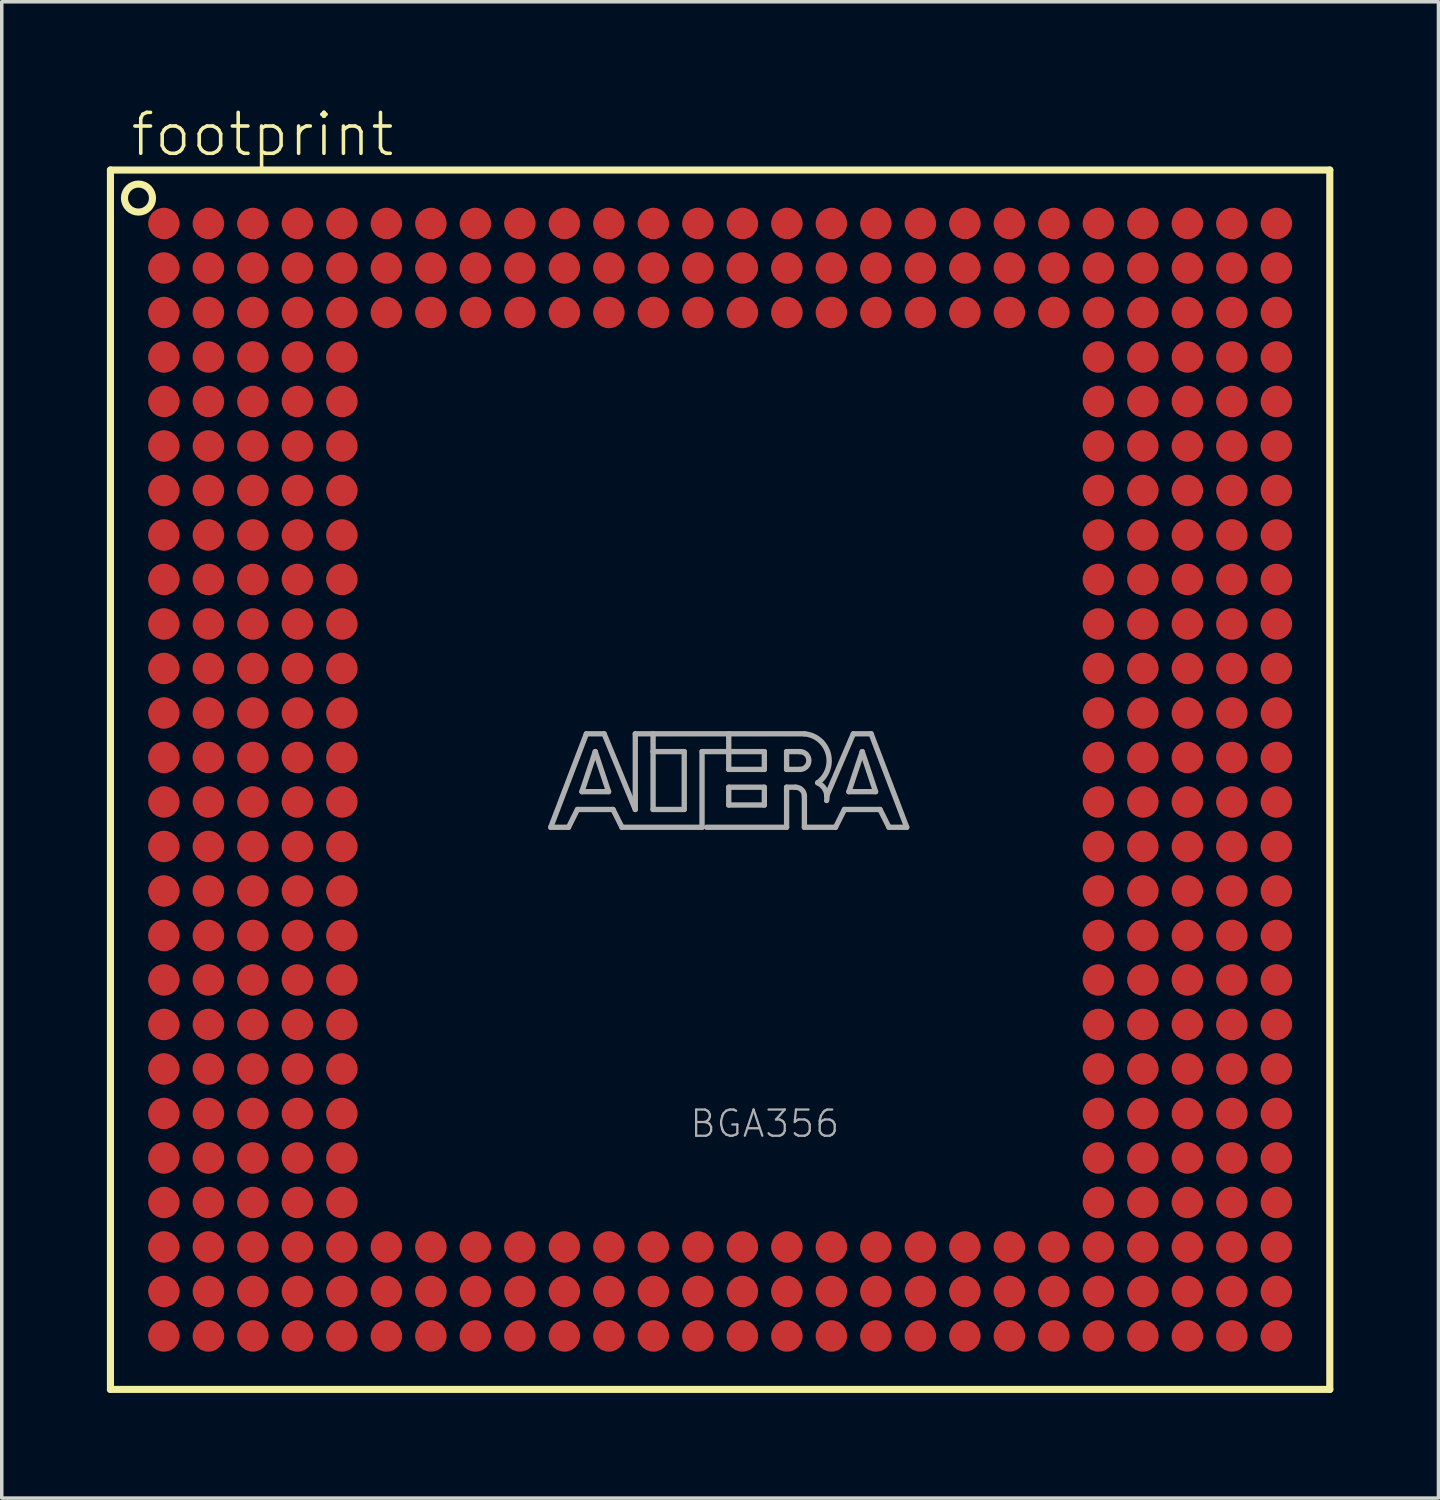
<source format=kicad_pcb>
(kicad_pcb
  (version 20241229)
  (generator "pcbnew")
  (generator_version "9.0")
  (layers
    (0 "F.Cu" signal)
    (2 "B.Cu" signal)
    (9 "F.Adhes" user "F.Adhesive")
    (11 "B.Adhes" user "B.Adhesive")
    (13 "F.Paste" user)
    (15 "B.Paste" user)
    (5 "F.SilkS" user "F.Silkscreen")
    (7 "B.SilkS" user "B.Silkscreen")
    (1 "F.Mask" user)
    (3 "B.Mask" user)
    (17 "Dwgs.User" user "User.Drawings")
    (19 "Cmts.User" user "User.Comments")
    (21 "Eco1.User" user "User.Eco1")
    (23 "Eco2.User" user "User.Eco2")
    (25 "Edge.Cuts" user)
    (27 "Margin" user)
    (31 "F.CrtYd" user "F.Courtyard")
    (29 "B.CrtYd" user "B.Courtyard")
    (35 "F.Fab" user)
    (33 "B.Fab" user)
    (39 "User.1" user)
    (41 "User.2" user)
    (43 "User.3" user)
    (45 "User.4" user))
  (footprint "footprint"
    (layer "F.Cu")
    (at 17.502 19.203)
    (property "Reference" "footprint" (at -16.88 -17.73 0) (layer "F.SilkS") (effects (font (size 1.168 1.168) (thickness 0.102)) (justify left bottom)))
    (fp_line (start -17.4 -17.4) (end -17.4 17.4) (stroke (width 0.203) (type solid)) (layer "F.SilkS"))
    (fp_line (start -17.4 17.4) (end 17.4 17.4) (stroke (width 0.203) (type solid)) (layer "F.SilkS"))
    (fp_line (start 17.4 -17.4) (end -17.4 -17.4) (stroke (width 0.203) (type solid)) (layer "F.SilkS"))
    (fp_line (start 17.4 17.4) (end 17.4 -17.4) (stroke (width 0.203) (type solid)) (layer "F.SilkS"))
    (fp_circle (center -16.6 -16.6) (end -16.2 -16.6) (stroke (width 0.203) (type solid)) (fill no) (layer "F.SilkS"))
    (fp_line (start -4.834 1.357) (end -3.818 -1.31) (stroke (width 0.152) (type solid)) (layer "F.Fab"))
    (fp_line (start -4.326 1.357) (end -4.834 1.357) (stroke (width 0.152) (type solid)) (layer "F.Fab"))
    (fp_line (start -4.072 0.849) (end -4.326 1.357) (stroke (width 0.152) (type solid)) (layer "F.Fab"))
    (fp_line (start -3.945 0.341) (end -3.183 0.341) (stroke (width 0.152) (type solid)) (layer "F.Fab"))
    (fp_line (start -3.818 -1.31) (end -3.31 -1.31) (stroke (width 0.152) (type solid)) (layer "F.Fab"))
    (fp_line (start -3.564 -0.802) (end -3.945 0.341) (stroke (width 0.152) (type solid)) (layer "F.Fab"))
    (fp_line (start -3.31 -1.31) (end -2.421 0.849) (stroke (width 0.152) (type solid)) (layer "F.Fab"))
    (fp_line (start -3.183 0.341) (end -3.564 -0.802) (stroke (width 0.152) (type solid)) (layer "F.Fab"))
    (fp_line (start -3.056 0.849) (end -4.072 0.849) (stroke (width 0.152) (type solid)) (layer "F.Fab"))
    (fp_line (start -2.802 1.357) (end -3.056 0.849) (stroke (width 0.152) (type solid)) (layer "F.Fab"))
    (fp_line (start -2.421 -1.31) (end -1.913 -1.31) (stroke (width 0.152) (type solid)) (layer "F.Fab"))
    (fp_line (start -2.421 0.849) (end -2.421 -1.31) (stroke (width 0.152) (type solid)) (layer "F.Fab"))
    (fp_line (start -1.913 -1.31) (end -1.913 -0.802) (stroke (width 0.152) (type solid)) (layer "F.Fab"))
    (fp_line (start -1.913 -1.31) (end 0.246 -1.31) (stroke (width 0.152) (type solid)) (layer "F.Fab"))
    (fp_line (start -1.913 -0.802) (end -1.913 0.849) (stroke (width 0.152) (type solid)) (layer "F.Fab"))
    (fp_line (start -1.913 0.849) (end -1.024 0.849) (stroke (width 0.152) (type solid)) (layer "F.Fab"))
    (fp_line (start -1.024 -0.802) (end -1.913 -0.802) (stroke (width 0.152) (type solid)) (layer "F.Fab"))
    (fp_line (start -1.024 0.849) (end -1.024 -0.802) (stroke (width 0.152) (type solid)) (layer "F.Fab"))
    (fp_line (start -0.516 -0.802) (end -0.516 1.357) (stroke (width 0.152) (type solid)) (layer "F.Fab"))
    (fp_line (start -0.516 1.357) (end -2.802 1.357) (stroke (width 0.152) (type solid)) (layer "F.Fab"))
    (fp_line (start 0.246 -1.31) (end 0.246 -0.802) (stroke (width 0.152) (type solid)) (layer "F.Fab"))
    (fp_line (start 0.246 -1.31) (end 2.405 -1.31) (stroke (width 0.152) (type solid)) (layer "F.Fab"))
    (fp_line (start 0.246 -0.802) (end -0.516 -0.802) (stroke (width 0.152) (type solid)) (layer "F.Fab"))
    (fp_line (start 0.246 -0.802) (end 0.246 -0.294) (stroke (width 0.152) (type solid)) (layer "F.Fab"))
    (fp_line (start 0.246 -0.294) (end 1.262 -0.294) (stroke (width 0.152) (type solid)) (layer "F.Fab"))
    (fp_line (start 0.246 0.214) (end 1.262 0.214) (stroke (width 0.152) (type solid)) (layer "F.Fab"))
    (fp_line (start 0.246 0.722) (end 0.246 0.214) (stroke (width 0.152) (type solid)) (layer "F.Fab"))
    (fp_line (start 1.262 -0.802) (end 0.246 -0.802) (stroke (width 0.152) (type solid)) (layer "F.Fab"))
    (fp_line (start 1.262 -0.294) (end 1.262 -0.802) (stroke (width 0.152) (type solid)) (layer "F.Fab"))
    (fp_line (start 1.262 0.214) (end 1.262 0.722) (stroke (width 0.152) (type solid)) (layer "F.Fab"))
    (fp_line (start 1.262 0.722) (end 0.246 0.722) (stroke (width 0.152) (type solid)) (layer "F.Fab"))
    (fp_line (start 1.897 -0.802) (end 1.897 -0.294) (stroke (width 0.152) (type solid)) (layer "F.Fab"))
    (fp_line (start 1.897 -0.294) (end 2.278 -0.294) (stroke (width 0.152) (type solid)) (layer "F.Fab"))
    (fp_line (start 1.897 0.214) (end 1.897 1.357) (stroke (width 0.152) (type solid)) (layer "F.Fab"))
    (fp_line (start 1.897 0.214) (end 2.151 0.214) (stroke (width 0.152) (type solid)) (layer "F.Fab"))
    (fp_line (start 1.897 1.357) (end -0.389 1.357) (stroke (width 0.152) (type solid)) (layer "F.Fab"))
    (fp_line (start 2.278 -0.802) (end 1.897 -0.802) (stroke (width 0.152) (type solid)) (layer "F.Fab"))
    (fp_line (start 2.405 0.468) (end 2.405 1.357) (stroke (width 0.152) (type solid)) (layer "F.Fab"))
    (fp_line (start 2.405 1.357) (end 3.294 1.357) (stroke (width 0.152) (type solid)) (layer "F.Fab"))
    (fp_line (start 3.294 1.357) (end 3.548 0.849) (stroke (width 0.152) (type solid)) (layer "F.Fab"))
    (fp_line (start 3.548 0.849) (end 4.564 0.849) (stroke (width 0.152) (type solid)) (layer "F.Fab"))
    (fp_line (start 3.675 0.341) (end 4.056 -0.802) (stroke (width 0.152) (type solid)) (layer "F.Fab"))
    (fp_line (start 3.802 -1.31) (end 3.04 0.468) (stroke (width 0.152) (type solid)) (layer "F.Fab"))
    (fp_line (start 4.056 -0.802) (end 4.437 0.341) (stroke (width 0.152) (type solid)) (layer "F.Fab"))
    (fp_line (start 4.31 -1.31) (end 3.802 -1.31) (stroke (width 0.152) (type solid)) (layer "F.Fab"))
    (fp_line (start 4.437 0.341) (end 3.675 0.341) (stroke (width 0.152) (type solid)) (layer "F.Fab"))
    (fp_line (start 4.564 0.849) (end 4.818 1.357) (stroke (width 0.152) (type solid)) (layer "F.Fab"))
    (fp_line (start 4.818 1.357) (end 5.326 1.357) (stroke (width 0.152) (type solid)) (layer "F.Fab"))
    (fp_line (start 5.326 1.357) (end 4.31 -1.31) (stroke (width 0.152) (type solid)) (layer "F.Fab"))
    (fp_arc (start 2.151 0.214) (mid 2.330605 0.288395) (end 2.405 0.468) (stroke (width 0.1524) (type solid)) (layer "F.Fab"))
    (fp_arc (start 2.278 -0.802) (mid 2.532 -0.548) (end 2.278 -0.294) (stroke (width 0.1524) (type solid)) (layer "F.Fab"))
    (fp_arc (start 2.405 -1.31) (mid 3.084953 -0.744769) (end 2.786098 0.087401) (stroke (width 0.1524) (type solid)) (layer "F.Fab"))
    (fp_arc (start 2.7861 0.0871) (mid 3.002081 0.296587) (end 3.039799 0.5951) (stroke (width 0.1524) (type solid)) (layer "F.Fab"))
    (fp_text user "BGA356" (at -0.905 10.255 0) (layer "F.Fab") (effects (font (size 0.748 0.748) (thickness 0.065)) (justify left bottom)))
    (pad "A1" smd roundrect (at -15.875 -15.875) (size 0.9 0.9) (layers "F.Cu" "F.Mask" "F.Paste") (roundrect_rratio 0.5))
    (pad "A2" smd roundrect (at -14.605 -15.875) (size 0.9 0.9) (layers "F.Cu" "F.Mask" "F.Paste") (roundrect_rratio 0.5))
    (pad "A3" smd roundrect (at -13.335 -15.875) (size 0.9 0.9) (layers "F.Cu" "F.Mask" "F.Paste") (roundrect_rratio 0.5))
    (pad "A4" smd roundrect (at -12.065 -15.875) (size 0.9 0.9) (layers "F.Cu" "F.Mask" "F.Paste") (roundrect_rratio 0.5))
    (pad "A5" smd roundrect (at -10.795 -15.875) (size 0.9 0.9) (layers "F.Cu" "F.Mask" "F.Paste") (roundrect_rratio 0.5))
    (pad "A6" smd roundrect (at -9.525 -15.875) (size 0.9 0.9) (layers "F.Cu" "F.Mask" "F.Paste") (roundrect_rratio 0.5))
    (pad "A7" smd roundrect (at -8.255 -15.875) (size 0.9 0.9) (layers "F.Cu" "F.Mask" "F.Paste") (roundrect_rratio 0.5))
    (pad "A8" smd roundrect (at -6.985 -15.875) (size 0.9 0.9) (layers "F.Cu" "F.Mask" "F.Paste") (roundrect_rratio 0.5))
    (pad "A9" smd roundrect (at -5.715 -15.875) (size 0.9 0.9) (layers "F.Cu" "F.Mask" "F.Paste") (roundrect_rratio 0.5))
    (pad "A10" smd roundrect (at -4.445 -15.875) (size 0.9 0.9) (layers "F.Cu" "F.Mask" "F.Paste") (roundrect_rratio 0.5))
    (pad "A11" smd roundrect (at -3.175 -15.875) (size 0.9 0.9) (layers "F.Cu" "F.Mask" "F.Paste") (roundrect_rratio 0.5))
    (pad "A12" smd roundrect (at -1.905 -15.875) (size 0.9 0.9) (layers "F.Cu" "F.Mask" "F.Paste") (roundrect_rratio 0.5))
    (pad "A13" smd roundrect (at -0.635 -15.875) (size 0.9 0.9) (layers "F.Cu" "F.Mask" "F.Paste") (roundrect_rratio 0.5))
    (pad "A14" smd roundrect (at 0.635 -15.875) (size 0.9 0.9) (layers "F.Cu" "F.Mask" "F.Paste") (roundrect_rratio 0.5))
    (pad "A15" smd roundrect (at 1.905 -15.875) (size 0.9 0.9) (layers "F.Cu" "F.Mask" "F.Paste") (roundrect_rratio 0.5))
    (pad "A16" smd roundrect (at 3.175 -15.875) (size 0.9 0.9) (layers "F.Cu" "F.Mask" "F.Paste") (roundrect_rratio 0.5))
    (pad "A17" smd roundrect (at 4.445 -15.875) (size 0.9 0.9) (layers "F.Cu" "F.Mask" "F.Paste") (roundrect_rratio 0.5))
    (pad "A18" smd roundrect (at 5.715 -15.875) (size 0.9 0.9) (layers "F.Cu" "F.Mask" "F.Paste") (roundrect_rratio 0.5))
    (pad "A19" smd roundrect (at 6.985 -15.875) (size 0.9 0.9) (layers "F.Cu" "F.Mask" "F.Paste") (roundrect_rratio 0.5))
    (pad "A20" smd roundrect (at 8.255 -15.875) (size 0.9 0.9) (layers "F.Cu" "F.Mask" "F.Paste") (roundrect_rratio 0.5))
    (pad "A21" smd roundrect (at 9.525 -15.875) (size 0.9 0.9) (layers "F.Cu" "F.Mask" "F.Paste") (roundrect_rratio 0.5))
    (pad "A22" smd roundrect (at 10.795 -15.875) (size 0.9 0.9) (layers "F.Cu" "F.Mask" "F.Paste") (roundrect_rratio 0.5))
    (pad "A23" smd roundrect (at 12.065 -15.875) (size 0.9 0.9) (layers "F.Cu" "F.Mask" "F.Paste") (roundrect_rratio 0.5))
    (pad "A24" smd roundrect (at 13.335 -15.875) (size 0.9 0.9) (layers "F.Cu" "F.Mask" "F.Paste") (roundrect_rratio 0.5))
    (pad "A25" smd roundrect (at 14.605 -15.875) (size 0.9 0.9) (layers "F.Cu" "F.Mask" "F.Paste") (roundrect_rratio 0.5))
    (pad "A26" smd roundrect (at 15.875 -15.875) (size 0.9 0.9) (layers "F.Cu" "F.Mask" "F.Paste") (roundrect_rratio 0.5))
    (pad "AA1" smd roundrect (at -15.875 9.525) (size 0.9 0.9) (layers "F.Cu" "F.Mask" "F.Paste") (roundrect_rratio 0.5))
    (pad "AA2" smd roundrect (at -14.605 9.525) (size 0.9 0.9) (layers "F.Cu" "F.Mask" "F.Paste") (roundrect_rratio 0.5))
    (pad "AA3" smd roundrect (at -13.335 9.525) (size 0.9 0.9) (layers "F.Cu" "F.Mask" "F.Paste") (roundrect_rratio 0.5))
    (pad "AA4" smd roundrect (at -12.065 9.525) (size 0.9 0.9) (layers "F.Cu" "F.Mask" "F.Paste") (roundrect_rratio 0.5))
    (pad "AA5" smd roundrect (at -10.795 9.525) (size 0.9 0.9) (layers "F.Cu" "F.Mask" "F.Paste") (roundrect_rratio 0.5))
    (pad "AA22" smd roundrect (at 10.795 9.525) (size 0.9 0.9) (layers "F.Cu" "F.Mask" "F.Paste") (roundrect_rratio 0.5))
    (pad "AA23" smd roundrect (at 12.065 9.525) (size 0.9 0.9) (layers "F.Cu" "F.Mask" "F.Paste") (roundrect_rratio 0.5))
    (pad "AA24" smd roundrect (at 13.335 9.525) (size 0.9 0.9) (layers "F.Cu" "F.Mask" "F.Paste") (roundrect_rratio 0.5))
    (pad "AA25" smd roundrect (at 14.605 9.525) (size 0.9 0.9) (layers "F.Cu" "F.Mask" "F.Paste") (roundrect_rratio 0.5))
    (pad "AA26" smd roundrect (at 15.875 9.525) (size 0.9 0.9) (layers "F.Cu" "F.Mask" "F.Paste") (roundrect_rratio 0.5))
    (pad "AB1" smd roundrect (at -15.875 10.795) (size 0.9 0.9) (layers "F.Cu" "F.Mask" "F.Paste") (roundrect_rratio 0.5))
    (pad "AB2" smd roundrect (at -14.605 10.795) (size 0.9 0.9) (layers "F.Cu" "F.Mask" "F.Paste") (roundrect_rratio 0.5))
    (pad "AB3" smd roundrect (at -13.335 10.795) (size 0.9 0.9) (layers "F.Cu" "F.Mask" "F.Paste") (roundrect_rratio 0.5))
    (pad "AB4" smd roundrect (at -12.065 10.795) (size 0.9 0.9) (layers "F.Cu" "F.Mask" "F.Paste") (roundrect_rratio 0.5))
    (pad "AB5" smd roundrect (at -10.795 10.795) (size 0.9 0.9) (layers "F.Cu" "F.Mask" "F.Paste") (roundrect_rratio 0.5))
    (pad "AB22" smd roundrect (at 10.795 10.795) (size 0.9 0.9) (layers "F.Cu" "F.Mask" "F.Paste") (roundrect_rratio 0.5))
    (pad "AB23" smd roundrect (at 12.065 10.795) (size 0.9 0.9) (layers "F.Cu" "F.Mask" "F.Paste") (roundrect_rratio 0.5))
    (pad "AB24" smd roundrect (at 13.335 10.795) (size 0.9 0.9) (layers "F.Cu" "F.Mask" "F.Paste") (roundrect_rratio 0.5))
    (pad "AB25" smd roundrect (at 14.605 10.795) (size 0.9 0.9) (layers "F.Cu" "F.Mask" "F.Paste") (roundrect_rratio 0.5))
    (pad "AB26" smd roundrect (at 15.875 10.795) (size 0.9 0.9) (layers "F.Cu" "F.Mask" "F.Paste") (roundrect_rratio 0.5))
    (pad "AC1" smd roundrect (at -15.875 12.065) (size 0.9 0.9) (layers "F.Cu" "F.Mask" "F.Paste") (roundrect_rratio 0.5))
    (pad "AC2" smd roundrect (at -14.605 12.065) (size 0.9 0.9) (layers "F.Cu" "F.Mask" "F.Paste") (roundrect_rratio 0.5))
    (pad "AC3" smd roundrect (at -13.335 12.065) (size 0.9 0.9) (layers "F.Cu" "F.Mask" "F.Paste") (roundrect_rratio 0.5))
    (pad "AC4" smd roundrect (at -12.065 12.065) (size 0.9 0.9) (layers "F.Cu" "F.Mask" "F.Paste") (roundrect_rratio 0.5))
    (pad "AC5" smd roundrect (at -10.795 12.065) (size 0.9 0.9) (layers "F.Cu" "F.Mask" "F.Paste") (roundrect_rratio 0.5))
    (pad "AC22" smd roundrect (at 10.795 12.065) (size 0.9 0.9) (layers "F.Cu" "F.Mask" "F.Paste") (roundrect_rratio 0.5))
    (pad "AC23" smd roundrect (at 12.065 12.065) (size 0.9 0.9) (layers "F.Cu" "F.Mask" "F.Paste") (roundrect_rratio 0.5))
    (pad "AC24" smd roundrect (at 13.335 12.065) (size 0.9 0.9) (layers "F.Cu" "F.Mask" "F.Paste") (roundrect_rratio 0.5))
    (pad "AC25" smd roundrect (at 14.605 12.065) (size 0.9 0.9) (layers "F.Cu" "F.Mask" "F.Paste") (roundrect_rratio 0.5))
    (pad "AC26" smd roundrect (at 15.875 12.065) (size 0.9 0.9) (layers "F.Cu" "F.Mask" "F.Paste") (roundrect_rratio 0.5))
    (pad "AD1" smd roundrect (at -15.875 13.335) (size 0.9 0.9) (layers "F.Cu" "F.Mask" "F.Paste") (roundrect_rratio 0.5))
    (pad "AD2" smd roundrect (at -14.605 13.335) (size 0.9 0.9) (layers "F.Cu" "F.Mask" "F.Paste") (roundrect_rratio 0.5))
    (pad "AD3" smd roundrect (at -13.335 13.335) (size 0.9 0.9) (layers "F.Cu" "F.Mask" "F.Paste") (roundrect_rratio 0.5))
    (pad "AD4" smd roundrect (at -12.065 13.335) (size 0.9 0.9) (layers "F.Cu" "F.Mask" "F.Paste") (roundrect_rratio 0.5))
    (pad "AD5" smd roundrect (at -10.795 13.335) (size 0.9 0.9) (layers "F.Cu" "F.Mask" "F.Paste") (roundrect_rratio 0.5))
    (pad "AD6" smd roundrect (at -9.525 13.335) (size 0.9 0.9) (layers "F.Cu" "F.Mask" "F.Paste") (roundrect_rratio 0.5))
    (pad "AD7" smd roundrect (at -8.255 13.335) (size 0.9 0.9) (layers "F.Cu" "F.Mask" "F.Paste") (roundrect_rratio 0.5))
    (pad "AD8" smd roundrect (at -6.985 13.335) (size 0.9 0.9) (layers "F.Cu" "F.Mask" "F.Paste") (roundrect_rratio 0.5))
    (pad "AD9" smd roundrect (at -5.715 13.335) (size 0.9 0.9) (layers "F.Cu" "F.Mask" "F.Paste") (roundrect_rratio 0.5))
    (pad "AD10" smd roundrect (at -4.445 13.335) (size 0.9 0.9) (layers "F.Cu" "F.Mask" "F.Paste") (roundrect_rratio 0.5))
    (pad "AD11" smd roundrect (at -3.175 13.335) (size 0.9 0.9) (layers "F.Cu" "F.Mask" "F.Paste") (roundrect_rratio 0.5))
    (pad "AD12" smd roundrect (at -1.905 13.335) (size 0.9 0.9) (layers "F.Cu" "F.Mask" "F.Paste") (roundrect_rratio 0.5))
    (pad "AD13" smd roundrect (at -0.635 13.335) (size 0.9 0.9) (layers "F.Cu" "F.Mask" "F.Paste") (roundrect_rratio 0.5))
    (pad "AD14" smd roundrect (at 0.635 13.335) (size 0.9 0.9) (layers "F.Cu" "F.Mask" "F.Paste") (roundrect_rratio 0.5))
    (pad "AD15" smd roundrect (at 1.905 13.335) (size 0.9 0.9) (layers "F.Cu" "F.Mask" "F.Paste") (roundrect_rratio 0.5))
    (pad "AD16" smd roundrect (at 3.175 13.335) (size 0.9 0.9) (layers "F.Cu" "F.Mask" "F.Paste") (roundrect_rratio 0.5))
    (pad "AD17" smd roundrect (at 4.445 13.335) (size 0.9 0.9) (layers "F.Cu" "F.Mask" "F.Paste") (roundrect_rratio 0.5))
    (pad "AD18" smd roundrect (at 5.715 13.335) (size 0.9 0.9) (layers "F.Cu" "F.Mask" "F.Paste") (roundrect_rratio 0.5))
    (pad "AD19" smd roundrect (at 6.985 13.335) (size 0.9 0.9) (layers "F.Cu" "F.Mask" "F.Paste") (roundrect_rratio 0.5))
    (pad "AD20" smd roundrect (at 8.255 13.335) (size 0.9 0.9) (layers "F.Cu" "F.Mask" "F.Paste") (roundrect_rratio 0.5))
    (pad "AD21" smd roundrect (at 9.525 13.335) (size 0.9 0.9) (layers "F.Cu" "F.Mask" "F.Paste") (roundrect_rratio 0.5))
    (pad "AD22" smd roundrect (at 10.795 13.335) (size 0.9 0.9) (layers "F.Cu" "F.Mask" "F.Paste") (roundrect_rratio 0.5))
    (pad "AD23" smd roundrect (at 12.065 13.335) (size 0.9 0.9) (layers "F.Cu" "F.Mask" "F.Paste") (roundrect_rratio 0.5))
    (pad "AD24" smd roundrect (at 13.335 13.335) (size 0.9 0.9) (layers "F.Cu" "F.Mask" "F.Paste") (roundrect_rratio 0.5))
    (pad "AD25" smd roundrect (at 14.605 13.335) (size 0.9 0.9) (layers "F.Cu" "F.Mask" "F.Paste") (roundrect_rratio 0.5))
    (pad "AD26" smd roundrect (at 15.875 13.335) (size 0.9 0.9) (layers "F.Cu" "F.Mask" "F.Paste") (roundrect_rratio 0.5))
    (pad "AE1" smd roundrect (at -15.875 14.605) (size 0.9 0.9) (layers "F.Cu" "F.Mask" "F.Paste") (roundrect_rratio 0.5))
    (pad "AE2" smd roundrect (at -14.605 14.605) (size 0.9 0.9) (layers "F.Cu" "F.Mask" "F.Paste") (roundrect_rratio 0.5))
    (pad "AE3" smd roundrect (at -13.335 14.605) (size 0.9 0.9) (layers "F.Cu" "F.Mask" "F.Paste") (roundrect_rratio 0.5))
    (pad "AE4" smd roundrect (at -12.065 14.605) (size 0.9 0.9) (layers "F.Cu" "F.Mask" "F.Paste") (roundrect_rratio 0.5))
    (pad "AE5" smd roundrect (at -10.795 14.605) (size 0.9 0.9) (layers "F.Cu" "F.Mask" "F.Paste") (roundrect_rratio 0.5))
    (pad "AE6" smd roundrect (at -9.525 14.605) (size 0.9 0.9) (layers "F.Cu" "F.Mask" "F.Paste") (roundrect_rratio 0.5))
    (pad "AE7" smd roundrect (at -8.255 14.605) (size 0.9 0.9) (layers "F.Cu" "F.Mask" "F.Paste") (roundrect_rratio 0.5))
    (pad "AE8" smd roundrect (at -6.985 14.605) (size 0.9 0.9) (layers "F.Cu" "F.Mask" "F.Paste") (roundrect_rratio 0.5))
    (pad "AE9" smd roundrect (at -5.715 14.605) (size 0.9 0.9) (layers "F.Cu" "F.Mask" "F.Paste") (roundrect_rratio 0.5))
    (pad "AE10" smd roundrect (at -4.445 14.605) (size 0.9 0.9) (layers "F.Cu" "F.Mask" "F.Paste") (roundrect_rratio 0.5))
    (pad "AE11" smd roundrect (at -3.175 14.605) (size 0.9 0.9) (layers "F.Cu" "F.Mask" "F.Paste") (roundrect_rratio 0.5))
    (pad "AE12" smd roundrect (at -1.905 14.605) (size 0.9 0.9) (layers "F.Cu" "F.Mask" "F.Paste") (roundrect_rratio 0.5))
    (pad "AE13" smd roundrect (at -0.635 14.605) (size 0.9 0.9) (layers "F.Cu" "F.Mask" "F.Paste") (roundrect_rratio 0.5))
    (pad "AE14" smd roundrect (at 0.635 14.605) (size 0.9 0.9) (layers "F.Cu" "F.Mask" "F.Paste") (roundrect_rratio 0.5))
    (pad "AE15" smd roundrect (at 1.905 14.605) (size 0.9 0.9) (layers "F.Cu" "F.Mask" "F.Paste") (roundrect_rratio 0.5))
    (pad "AE16" smd roundrect (at 3.175 14.605) (size 0.9 0.9) (layers "F.Cu" "F.Mask" "F.Paste") (roundrect_rratio 0.5))
    (pad "AE17" smd roundrect (at 4.445 14.605) (size 0.9 0.9) (layers "F.Cu" "F.Mask" "F.Paste") (roundrect_rratio 0.5))
    (pad "AE18" smd roundrect (at 5.715 14.605) (size 0.9 0.9) (layers "F.Cu" "F.Mask" "F.Paste") (roundrect_rratio 0.5))
    (pad "AE19" smd roundrect (at 6.985 14.605) (size 0.9 0.9) (layers "F.Cu" "F.Mask" "F.Paste") (roundrect_rratio 0.5))
    (pad "AE20" smd roundrect (at 8.255 14.605) (size 0.9 0.9) (layers "F.Cu" "F.Mask" "F.Paste") (roundrect_rratio 0.5))
    (pad "AE21" smd roundrect (at 9.525 14.605) (size 0.9 0.9) (layers "F.Cu" "F.Mask" "F.Paste") (roundrect_rratio 0.5))
    (pad "AE22" smd roundrect (at 10.795 14.605) (size 0.9 0.9) (layers "F.Cu" "F.Mask" "F.Paste") (roundrect_rratio 0.5))
    (pad "AE23" smd roundrect (at 12.065 14.605) (size 0.9 0.9) (layers "F.Cu" "F.Mask" "F.Paste") (roundrect_rratio 0.5))
    (pad "AE24" smd roundrect (at 13.335 14.605) (size 0.9 0.9) (layers "F.Cu" "F.Mask" "F.Paste") (roundrect_rratio 0.5))
    (pad "AE25" smd roundrect (at 14.605 14.605) (size 0.9 0.9) (layers "F.Cu" "F.Mask" "F.Paste") (roundrect_rratio 0.5))
    (pad "AE26" smd roundrect (at 15.875 14.605) (size 0.9 0.9) (layers "F.Cu" "F.Mask" "F.Paste") (roundrect_rratio 0.5))
    (pad "AF1" smd roundrect (at -15.875 15.875) (size 0.9 0.9) (layers "F.Cu" "F.Mask" "F.Paste") (roundrect_rratio 0.5))
    (pad "AF2" smd roundrect (at -14.605 15.875) (size 0.9 0.9) (layers "F.Cu" "F.Mask" "F.Paste") (roundrect_rratio 0.5))
    (pad "AF3" smd roundrect (at -13.335 15.875) (size 0.9 0.9) (layers "F.Cu" "F.Mask" "F.Paste") (roundrect_rratio 0.5))
    (pad "AF4" smd roundrect (at -12.065 15.875) (size 0.9 0.9) (layers "F.Cu" "F.Mask" "F.Paste") (roundrect_rratio 0.5))
    (pad "AF5" smd roundrect (at -10.795 15.875) (size 0.9 0.9) (layers "F.Cu" "F.Mask" "F.Paste") (roundrect_rratio 0.5))
    (pad "AF6" smd roundrect (at -9.525 15.875) (size 0.9 0.9) (layers "F.Cu" "F.Mask" "F.Paste") (roundrect_rratio 0.5))
    (pad "AF7" smd roundrect (at -8.255 15.875) (size 0.9 0.9) (layers "F.Cu" "F.Mask" "F.Paste") (roundrect_rratio 0.5))
    (pad "AF8" smd roundrect (at -6.985 15.875) (size 0.9 0.9) (layers "F.Cu" "F.Mask" "F.Paste") (roundrect_rratio 0.5))
    (pad "AF9" smd roundrect (at -5.715 15.875) (size 0.9 0.9) (layers "F.Cu" "F.Mask" "F.Paste") (roundrect_rratio 0.5))
    (pad "AF10" smd roundrect (at -4.445 15.875) (size 0.9 0.9) (layers "F.Cu" "F.Mask" "F.Paste") (roundrect_rratio 0.5))
    (pad "AF11" smd roundrect (at -3.175 15.875) (size 0.9 0.9) (layers "F.Cu" "F.Mask" "F.Paste") (roundrect_rratio 0.5))
    (pad "AF12" smd roundrect (at -1.905 15.875) (size 0.9 0.9) (layers "F.Cu" "F.Mask" "F.Paste") (roundrect_rratio 0.5))
    (pad "AF13" smd roundrect (at -0.635 15.875) (size 0.9 0.9) (layers "F.Cu" "F.Mask" "F.Paste") (roundrect_rratio 0.5))
    (pad "AF14" smd roundrect (at 0.635 15.875) (size 0.9 0.9) (layers "F.Cu" "F.Mask" "F.Paste") (roundrect_rratio 0.5))
    (pad "AF15" smd roundrect (at 1.905 15.875) (size 0.9 0.9) (layers "F.Cu" "F.Mask" "F.Paste") (roundrect_rratio 0.5))
    (pad "AF16" smd roundrect (at 3.175 15.875) (size 0.9 0.9) (layers "F.Cu" "F.Mask" "F.Paste") (roundrect_rratio 0.5))
    (pad "AF17" smd roundrect (at 4.445 15.875) (size 0.9 0.9) (layers "F.Cu" "F.Mask" "F.Paste") (roundrect_rratio 0.5))
    (pad "AF18" smd roundrect (at 5.715 15.875) (size 0.9 0.9) (layers "F.Cu" "F.Mask" "F.Paste") (roundrect_rratio 0.5))
    (pad "AF19" smd roundrect (at 6.985 15.875) (size 0.9 0.9) (layers "F.Cu" "F.Mask" "F.Paste") (roundrect_rratio 0.5))
    (pad "AF20" smd roundrect (at 8.255 15.875) (size 0.9 0.9) (layers "F.Cu" "F.Mask" "F.Paste") (roundrect_rratio 0.5))
    (pad "AF21" smd roundrect (at 9.525 15.875) (size 0.9 0.9) (layers "F.Cu" "F.Mask" "F.Paste") (roundrect_rratio 0.5))
    (pad "AF22" smd roundrect (at 10.795 15.875) (size 0.9 0.9) (layers "F.Cu" "F.Mask" "F.Paste") (roundrect_rratio 0.5))
    (pad "AF23" smd roundrect (at 12.065 15.875) (size 0.9 0.9) (layers "F.Cu" "F.Mask" "F.Paste") (roundrect_rratio 0.5))
    (pad "AF24" smd roundrect (at 13.335 15.875) (size 0.9 0.9) (layers "F.Cu" "F.Mask" "F.Paste") (roundrect_rratio 0.5))
    (pad "AF25" smd roundrect (at 14.605 15.875) (size 0.9 0.9) (layers "F.Cu" "F.Mask" "F.Paste") (roundrect_rratio 0.5))
    (pad "AF26" smd roundrect (at 15.875 15.875) (size 0.9 0.9) (layers "F.Cu" "F.Mask" "F.Paste") (roundrect_rratio 0.5))
    (pad "B1" smd roundrect (at -15.875 -14.605) (size 0.9 0.9) (layers "F.Cu" "F.Mask" "F.Paste") (roundrect_rratio 0.5))
    (pad "B2" smd roundrect (at -14.605 -14.605) (size 0.9 0.9) (layers "F.Cu" "F.Mask" "F.Paste") (roundrect_rratio 0.5))
    (pad "B3" smd roundrect (at -13.335 -14.605) (size 0.9 0.9) (layers "F.Cu" "F.Mask" "F.Paste") (roundrect_rratio 0.5))
    (pad "B4" smd roundrect (at -12.065 -14.605) (size 0.9 0.9) (layers "F.Cu" "F.Mask" "F.Paste") (roundrect_rratio 0.5))
    (pad "B5" smd roundrect (at -10.795 -14.605) (size 0.9 0.9) (layers "F.Cu" "F.Mask" "F.Paste") (roundrect_rratio 0.5))
    (pad "B6" smd roundrect (at -9.525 -14.605) (size 0.9 0.9) (layers "F.Cu" "F.Mask" "F.Paste") (roundrect_rratio 0.5))
    (pad "B7" smd roundrect (at -8.255 -14.605) (size 0.9 0.9) (layers "F.Cu" "F.Mask" "F.Paste") (roundrect_rratio 0.5))
    (pad "B8" smd roundrect (at -6.985 -14.605) (size 0.9 0.9) (layers "F.Cu" "F.Mask" "F.Paste") (roundrect_rratio 0.5))
    (pad "B9" smd roundrect (at -5.715 -14.605) (size 0.9 0.9) (layers "F.Cu" "F.Mask" "F.Paste") (roundrect_rratio 0.5))
    (pad "B10" smd roundrect (at -4.445 -14.605) (size 0.9 0.9) (layers "F.Cu" "F.Mask" "F.Paste") (roundrect_rratio 0.5))
    (pad "B11" smd roundrect (at -3.175 -14.605) (size 0.9 0.9) (layers "F.Cu" "F.Mask" "F.Paste") (roundrect_rratio 0.5))
    (pad "B12" smd roundrect (at -1.905 -14.605) (size 0.9 0.9) (layers "F.Cu" "F.Mask" "F.Paste") (roundrect_rratio 0.5))
    (pad "B13" smd roundrect (at -0.635 -14.605) (size 0.9 0.9) (layers "F.Cu" "F.Mask" "F.Paste") (roundrect_rratio 0.5))
    (pad "B14" smd roundrect (at 0.635 -14.605) (size 0.9 0.9) (layers "F.Cu" "F.Mask" "F.Paste") (roundrect_rratio 0.5))
    (pad "B15" smd roundrect (at 1.905 -14.605) (size 0.9 0.9) (layers "F.Cu" "F.Mask" "F.Paste") (roundrect_rratio 0.5))
    (pad "B16" smd roundrect (at 3.175 -14.605) (size 0.9 0.9) (layers "F.Cu" "F.Mask" "F.Paste") (roundrect_rratio 0.5))
    (pad "B17" smd roundrect (at 4.445 -14.605) (size 0.9 0.9) (layers "F.Cu" "F.Mask" "F.Paste") (roundrect_rratio 0.5))
    (pad "B18" smd roundrect (at 5.715 -14.605) (size 0.9 0.9) (layers "F.Cu" "F.Mask" "F.Paste") (roundrect_rratio 0.5))
    (pad "B19" smd roundrect (at 6.985 -14.605) (size 0.9 0.9) (layers "F.Cu" "F.Mask" "F.Paste") (roundrect_rratio 0.5))
    (pad "B20" smd roundrect (at 8.255 -14.605) (size 0.9 0.9) (layers "F.Cu" "F.Mask" "F.Paste") (roundrect_rratio 0.5))
    (pad "B21" smd roundrect (at 9.525 -14.605) (size 0.9 0.9) (layers "F.Cu" "F.Mask" "F.Paste") (roundrect_rratio 0.5))
    (pad "B22" smd roundrect (at 10.795 -14.605) (size 0.9 0.9) (layers "F.Cu" "F.Mask" "F.Paste") (roundrect_rratio 0.5))
    (pad "B23" smd roundrect (at 12.065 -14.605) (size 0.9 0.9) (layers "F.Cu" "F.Mask" "F.Paste") (roundrect_rratio 0.5))
    (pad "B24" smd roundrect (at 13.335 -14.605) (size 0.9 0.9) (layers "F.Cu" "F.Mask" "F.Paste") (roundrect_rratio 0.5))
    (pad "B25" smd roundrect (at 14.605 -14.605) (size 0.9 0.9) (layers "F.Cu" "F.Mask" "F.Paste") (roundrect_rratio 0.5))
    (pad "B26" smd roundrect (at 15.875 -14.605) (size 0.9 0.9) (layers "F.Cu" "F.Mask" "F.Paste") (roundrect_rratio 0.5))
    (pad "C1" smd roundrect (at -15.875 -13.335) (size 0.9 0.9) (layers "F.Cu" "F.Mask" "F.Paste") (roundrect_rratio 0.5))
    (pad "C2" smd roundrect (at -14.605 -13.335) (size 0.9 0.9) (layers "F.Cu" "F.Mask" "F.Paste") (roundrect_rratio 0.5))
    (pad "C3" smd roundrect (at -13.335 -13.335) (size 0.9 0.9) (layers "F.Cu" "F.Mask" "F.Paste") (roundrect_rratio 0.5))
    (pad "C4" smd roundrect (at -12.065 -13.335) (size 0.9 0.9) (layers "F.Cu" "F.Mask" "F.Paste") (roundrect_rratio 0.5))
    (pad "C5" smd roundrect (at -10.795 -13.335) (size 0.9 0.9) (layers "F.Cu" "F.Mask" "F.Paste") (roundrect_rratio 0.5))
    (pad "C6" smd roundrect (at -9.525 -13.335) (size 0.9 0.9) (layers "F.Cu" "F.Mask" "F.Paste") (roundrect_rratio 0.5))
    (pad "C7" smd roundrect (at -8.255 -13.335) (size 0.9 0.9) (layers "F.Cu" "F.Mask" "F.Paste") (roundrect_rratio 0.5))
    (pad "C8" smd roundrect (at -6.985 -13.335) (size 0.9 0.9) (layers "F.Cu" "F.Mask" "F.Paste") (roundrect_rratio 0.5))
    (pad "C9" smd roundrect (at -5.715 -13.335) (size 0.9 0.9) (layers "F.Cu" "F.Mask" "F.Paste") (roundrect_rratio 0.5))
    (pad "C10" smd roundrect (at -4.445 -13.335) (size 0.9 0.9) (layers "F.Cu" "F.Mask" "F.Paste") (roundrect_rratio 0.5))
    (pad "C11" smd roundrect (at -3.175 -13.335) (size 0.9 0.9) (layers "F.Cu" "F.Mask" "F.Paste") (roundrect_rratio 0.5))
    (pad "C12" smd roundrect (at -1.905 -13.335) (size 0.9 0.9) (layers "F.Cu" "F.Mask" "F.Paste") (roundrect_rratio 0.5))
    (pad "C13" smd roundrect (at -0.635 -13.335) (size 0.9 0.9) (layers "F.Cu" "F.Mask" "F.Paste") (roundrect_rratio 0.5))
    (pad "C14" smd roundrect (at 0.635 -13.335) (size 0.9 0.9) (layers "F.Cu" "F.Mask" "F.Paste") (roundrect_rratio 0.5))
    (pad "C15" smd roundrect (at 1.905 -13.335) (size 0.9 0.9) (layers "F.Cu" "F.Mask" "F.Paste") (roundrect_rratio 0.5))
    (pad "C16" smd roundrect (at 3.175 -13.335) (size 0.9 0.9) (layers "F.Cu" "F.Mask" "F.Paste") (roundrect_rratio 0.5))
    (pad "C17" smd roundrect (at 4.445 -13.335) (size 0.9 0.9) (layers "F.Cu" "F.Mask" "F.Paste") (roundrect_rratio 0.5))
    (pad "C18" smd roundrect (at 5.715 -13.335) (size 0.9 0.9) (layers "F.Cu" "F.Mask" "F.Paste") (roundrect_rratio 0.5))
    (pad "C19" smd roundrect (at 6.985 -13.335) (size 0.9 0.9) (layers "F.Cu" "F.Mask" "F.Paste") (roundrect_rratio 0.5))
    (pad "C20" smd roundrect (at 8.255 -13.335) (size 0.9 0.9) (layers "F.Cu" "F.Mask" "F.Paste") (roundrect_rratio 0.5))
    (pad "C21" smd roundrect (at 9.525 -13.335) (size 0.9 0.9) (layers "F.Cu" "F.Mask" "F.Paste") (roundrect_rratio 0.5))
    (pad "C22" smd roundrect (at 10.795 -13.335) (size 0.9 0.9) (layers "F.Cu" "F.Mask" "F.Paste") (roundrect_rratio 0.5))
    (pad "C23" smd roundrect (at 12.065 -13.335) (size 0.9 0.9) (layers "F.Cu" "F.Mask" "F.Paste") (roundrect_rratio 0.5))
    (pad "C24" smd roundrect (at 13.335 -13.335) (size 0.9 0.9) (layers "F.Cu" "F.Mask" "F.Paste") (roundrect_rratio 0.5))
    (pad "C25" smd roundrect (at 14.605 -13.335) (size 0.9 0.9) (layers "F.Cu" "F.Mask" "F.Paste") (roundrect_rratio 0.5))
    (pad "C26" smd roundrect (at 15.875 -13.335) (size 0.9 0.9) (layers "F.Cu" "F.Mask" "F.Paste") (roundrect_rratio 0.5))
    (pad "D1" smd roundrect (at -15.875 -12.065) (size 0.9 0.9) (layers "F.Cu" "F.Mask" "F.Paste") (roundrect_rratio 0.5))
    (pad "D2" smd roundrect (at -14.605 -12.065) (size 0.9 0.9) (layers "F.Cu" "F.Mask" "F.Paste") (roundrect_rratio 0.5))
    (pad "D3" smd roundrect (at -13.335 -12.065) (size 0.9 0.9) (layers "F.Cu" "F.Mask" "F.Paste") (roundrect_rratio 0.5))
    (pad "D4" smd roundrect (at -12.065 -12.065) (size 0.9 0.9) (layers "F.Cu" "F.Mask" "F.Paste") (roundrect_rratio 0.5))
    (pad "D5" smd roundrect (at -10.795 -12.065) (size 0.9 0.9) (layers "F.Cu" "F.Mask" "F.Paste") (roundrect_rratio 0.5))
    (pad "D22" smd roundrect (at 10.795 -12.065) (size 0.9 0.9) (layers "F.Cu" "F.Mask" "F.Paste") (roundrect_rratio 0.5))
    (pad "D23" smd roundrect (at 12.065 -12.065) (size 0.9 0.9) (layers "F.Cu" "F.Mask" "F.Paste") (roundrect_rratio 0.5))
    (pad "D24" smd roundrect (at 13.335 -12.065) (size 0.9 0.9) (layers "F.Cu" "F.Mask" "F.Paste") (roundrect_rratio 0.5))
    (pad "D25" smd roundrect (at 14.605 -12.065) (size 0.9 0.9) (layers "F.Cu" "F.Mask" "F.Paste") (roundrect_rratio 0.5))
    (pad "D26" smd roundrect (at 15.875 -12.065) (size 0.9 0.9) (layers "F.Cu" "F.Mask" "F.Paste") (roundrect_rratio 0.5))
    (pad "E1" smd roundrect (at -15.875 -10.795) (size 0.9 0.9) (layers "F.Cu" "F.Mask" "F.Paste") (roundrect_rratio 0.5))
    (pad "E2" smd roundrect (at -14.605 -10.795) (size 0.9 0.9) (layers "F.Cu" "F.Mask" "F.Paste") (roundrect_rratio 0.5))
    (pad "E3" smd roundrect (at -13.335 -10.795) (size 0.9 0.9) (layers "F.Cu" "F.Mask" "F.Paste") (roundrect_rratio 0.5))
    (pad "E4" smd roundrect (at -12.065 -10.795) (size 0.9 0.9) (layers "F.Cu" "F.Mask" "F.Paste") (roundrect_rratio 0.5))
    (pad "E5" smd roundrect (at -10.795 -10.795) (size 0.9 0.9) (layers "F.Cu" "F.Mask" "F.Paste") (roundrect_rratio 0.5))
    (pad "E22" smd roundrect (at 10.795 -10.795) (size 0.9 0.9) (layers "F.Cu" "F.Mask" "F.Paste") (roundrect_rratio 0.5))
    (pad "E23" smd roundrect (at 12.065 -10.795) (size 0.9 0.9) (layers "F.Cu" "F.Mask" "F.Paste") (roundrect_rratio 0.5))
    (pad "E24" smd roundrect (at 13.335 -10.795) (size 0.9 0.9) (layers "F.Cu" "F.Mask" "F.Paste") (roundrect_rratio 0.5))
    (pad "E25" smd roundrect (at 14.605 -10.795) (size 0.9 0.9) (layers "F.Cu" "F.Mask" "F.Paste") (roundrect_rratio 0.5))
    (pad "E26" smd roundrect (at 15.875 -10.795) (size 0.9 0.9) (layers "F.Cu" "F.Mask" "F.Paste") (roundrect_rratio 0.5))
    (pad "F1" smd roundrect (at -15.875 -9.525) (size 0.9 0.9) (layers "F.Cu" "F.Mask" "F.Paste") (roundrect_rratio 0.5))
    (pad "F2" smd roundrect (at -14.605 -9.525) (size 0.9 0.9) (layers "F.Cu" "F.Mask" "F.Paste") (roundrect_rratio 0.5))
    (pad "F3" smd roundrect (at -13.335 -9.525) (size 0.9 0.9) (layers "F.Cu" "F.Mask" "F.Paste") (roundrect_rratio 0.5))
    (pad "F4" smd roundrect (at -12.065 -9.525) (size 0.9 0.9) (layers "F.Cu" "F.Mask" "F.Paste") (roundrect_rratio 0.5))
    (pad "F5" smd roundrect (at -10.795 -9.525) (size 0.9 0.9) (layers "F.Cu" "F.Mask" "F.Paste") (roundrect_rratio 0.5))
    (pad "F22" smd roundrect (at 10.795 -9.525) (size 0.9 0.9) (layers "F.Cu" "F.Mask" "F.Paste") (roundrect_rratio 0.5))
    (pad "F23" smd roundrect (at 12.065 -9.525) (size 0.9 0.9) (layers "F.Cu" "F.Mask" "F.Paste") (roundrect_rratio 0.5))
    (pad "F24" smd roundrect (at 13.335 -9.525) (size 0.9 0.9) (layers "F.Cu" "F.Mask" "F.Paste") (roundrect_rratio 0.5))
    (pad "F25" smd roundrect (at 14.605 -9.525) (size 0.9 0.9) (layers "F.Cu" "F.Mask" "F.Paste") (roundrect_rratio 0.5))
    (pad "F26" smd roundrect (at 15.875 -9.525) (size 0.9 0.9) (layers "F.Cu" "F.Mask" "F.Paste") (roundrect_rratio 0.5))
    (pad "G1" smd roundrect (at -15.875 -8.255) (size 0.9 0.9) (layers "F.Cu" "F.Mask" "F.Paste") (roundrect_rratio 0.5))
    (pad "G2" smd roundrect (at -14.605 -8.255) (size 0.9 0.9) (layers "F.Cu" "F.Mask" "F.Paste") (roundrect_rratio 0.5))
    (pad "G3" smd roundrect (at -13.335 -8.255) (size 0.9 0.9) (layers "F.Cu" "F.Mask" "F.Paste") (roundrect_rratio 0.5))
    (pad "G4" smd roundrect (at -12.065 -8.255) (size 0.9 0.9) (layers "F.Cu" "F.Mask" "F.Paste") (roundrect_rratio 0.5))
    (pad "G5" smd roundrect (at -10.795 -8.255) (size 0.9 0.9) (layers "F.Cu" "F.Mask" "F.Paste") (roundrect_rratio 0.5))
    (pad "G22" smd roundrect (at 10.795 -8.255) (size 0.9 0.9) (layers "F.Cu" "F.Mask" "F.Paste") (roundrect_rratio 0.5))
    (pad "G23" smd roundrect (at 12.065 -8.255) (size 0.9 0.9) (layers "F.Cu" "F.Mask" "F.Paste") (roundrect_rratio 0.5))
    (pad "G24" smd roundrect (at 13.335 -8.255) (size 0.9 0.9) (layers "F.Cu" "F.Mask" "F.Paste") (roundrect_rratio 0.5))
    (pad "G25" smd roundrect (at 14.605 -8.255) (size 0.9 0.9) (layers "F.Cu" "F.Mask" "F.Paste") (roundrect_rratio 0.5))
    (pad "G26" smd roundrect (at 15.875 -8.255) (size 0.9 0.9) (layers "F.Cu" "F.Mask" "F.Paste") (roundrect_rratio 0.5))
    (pad "H1" smd roundrect (at -15.875 -6.985) (size 0.9 0.9) (layers "F.Cu" "F.Mask" "F.Paste") (roundrect_rratio 0.5))
    (pad "H2" smd roundrect (at -14.605 -6.985) (size 0.9 0.9) (layers "F.Cu" "F.Mask" "F.Paste") (roundrect_rratio 0.5))
    (pad "H3" smd roundrect (at -13.335 -6.985) (size 0.9 0.9) (layers "F.Cu" "F.Mask" "F.Paste") (roundrect_rratio 0.5))
    (pad "H4" smd roundrect (at -12.065 -6.985) (size 0.9 0.9) (layers "F.Cu" "F.Mask" "F.Paste") (roundrect_rratio 0.5))
    (pad "H5" smd roundrect (at -10.795 -6.985) (size 0.9 0.9) (layers "F.Cu" "F.Mask" "F.Paste") (roundrect_rratio 0.5))
    (pad "H22" smd roundrect (at 10.795 -6.985) (size 0.9 0.9) (layers "F.Cu" "F.Mask" "F.Paste") (roundrect_rratio 0.5))
    (pad "H23" smd roundrect (at 12.065 -6.985) (size 0.9 0.9) (layers "F.Cu" "F.Mask" "F.Paste") (roundrect_rratio 0.5))
    (pad "H24" smd roundrect (at 13.335 -6.985) (size 0.9 0.9) (layers "F.Cu" "F.Mask" "F.Paste") (roundrect_rratio 0.5))
    (pad "H25" smd roundrect (at 14.605 -6.985) (size 0.9 0.9) (layers "F.Cu" "F.Mask" "F.Paste") (roundrect_rratio 0.5))
    (pad "H26" smd roundrect (at 15.875 -6.985) (size 0.9 0.9) (layers "F.Cu" "F.Mask" "F.Paste") (roundrect_rratio 0.5))
    (pad "J1" smd roundrect (at -15.875 -5.715) (size 0.9 0.9) (layers "F.Cu" "F.Mask" "F.Paste") (roundrect_rratio 0.5))
    (pad "J2" smd roundrect (at -14.605 -5.715) (size 0.9 0.9) (layers "F.Cu" "F.Mask" "F.Paste") (roundrect_rratio 0.5))
    (pad "J3" smd roundrect (at -13.335 -5.715) (size 0.9 0.9) (layers "F.Cu" "F.Mask" "F.Paste") (roundrect_rratio 0.5))
    (pad "J4" smd roundrect (at -12.065 -5.715) (size 0.9 0.9) (layers "F.Cu" "F.Mask" "F.Paste") (roundrect_rratio 0.5))
    (pad "J5" smd roundrect (at -10.795 -5.715) (size 0.9 0.9) (layers "F.Cu" "F.Mask" "F.Paste") (roundrect_rratio 0.5))
    (pad "J22" smd roundrect (at 10.795 -5.715) (size 0.9 0.9) (layers "F.Cu" "F.Mask" "F.Paste") (roundrect_rratio 0.5))
    (pad "J23" smd roundrect (at 12.065 -5.715) (size 0.9 0.9) (layers "F.Cu" "F.Mask" "F.Paste") (roundrect_rratio 0.5))
    (pad "J24" smd roundrect (at 13.335 -5.715) (size 0.9 0.9) (layers "F.Cu" "F.Mask" "F.Paste") (roundrect_rratio 0.5))
    (pad "J25" smd roundrect (at 14.605 -5.715) (size 0.9 0.9) (layers "F.Cu" "F.Mask" "F.Paste") (roundrect_rratio 0.5))
    (pad "J26" smd roundrect (at 15.875 -5.715) (size 0.9 0.9) (layers "F.Cu" "F.Mask" "F.Paste") (roundrect_rratio 0.5))
    (pad "K1" smd roundrect (at -15.875 -4.445) (size 0.9 0.9) (layers "F.Cu" "F.Mask" "F.Paste") (roundrect_rratio 0.5))
    (pad "K2" smd roundrect (at -14.605 -4.445) (size 0.9 0.9) (layers "F.Cu" "F.Mask" "F.Paste") (roundrect_rratio 0.5))
    (pad "K3" smd roundrect (at -13.335 -4.445) (size 0.9 0.9) (layers "F.Cu" "F.Mask" "F.Paste") (roundrect_rratio 0.5))
    (pad "K4" smd roundrect (at -12.065 -4.445) (size 0.9 0.9) (layers "F.Cu" "F.Mask" "F.Paste") (roundrect_rratio 0.5))
    (pad "K5" smd roundrect (at -10.795 -4.445) (size 0.9 0.9) (layers "F.Cu" "F.Mask" "F.Paste") (roundrect_rratio 0.5))
    (pad "K22" smd roundrect (at 10.795 -4.445) (size 0.9 0.9) (layers "F.Cu" "F.Mask" "F.Paste") (roundrect_rratio 0.5))
    (pad "K23" smd roundrect (at 12.065 -4.445) (size 0.9 0.9) (layers "F.Cu" "F.Mask" "F.Paste") (roundrect_rratio 0.5))
    (pad "K24" smd roundrect (at 13.335 -4.445) (size 0.9 0.9) (layers "F.Cu" "F.Mask" "F.Paste") (roundrect_rratio 0.5))
    (pad "K25" smd roundrect (at 14.605 -4.445) (size 0.9 0.9) (layers "F.Cu" "F.Mask" "F.Paste") (roundrect_rratio 0.5))
    (pad "K26" smd roundrect (at 15.875 -4.445) (size 0.9 0.9) (layers "F.Cu" "F.Mask" "F.Paste") (roundrect_rratio 0.5))
    (pad "L1" smd roundrect (at -15.875 -3.175) (size 0.9 0.9) (layers "F.Cu" "F.Mask" "F.Paste") (roundrect_rratio 0.5))
    (pad "L2" smd roundrect (at -14.605 -3.175) (size 0.9 0.9) (layers "F.Cu" "F.Mask" "F.Paste") (roundrect_rratio 0.5))
    (pad "L3" smd roundrect (at -13.335 -3.175) (size 0.9 0.9) (layers "F.Cu" "F.Mask" "F.Paste") (roundrect_rratio 0.5))
    (pad "L4" smd roundrect (at -12.065 -3.175) (size 0.9 0.9) (layers "F.Cu" "F.Mask" "F.Paste") (roundrect_rratio 0.5))
    (pad "L5" smd roundrect (at -10.795 -3.175) (size 0.9 0.9) (layers "F.Cu" "F.Mask" "F.Paste") (roundrect_rratio 0.5))
    (pad "L22" smd roundrect (at 10.795 -3.175) (size 0.9 0.9) (layers "F.Cu" "F.Mask" "F.Paste") (roundrect_rratio 0.5))
    (pad "L23" smd roundrect (at 12.065 -3.175) (size 0.9 0.9) (layers "F.Cu" "F.Mask" "F.Paste") (roundrect_rratio 0.5))
    (pad "L24" smd roundrect (at 13.335 -3.175) (size 0.9 0.9) (layers "F.Cu" "F.Mask" "F.Paste") (roundrect_rratio 0.5))
    (pad "L25" smd roundrect (at 14.605 -3.175) (size 0.9 0.9) (layers "F.Cu" "F.Mask" "F.Paste") (roundrect_rratio 0.5))
    (pad "L26" smd roundrect (at 15.875 -3.175) (size 0.9 0.9) (layers "F.Cu" "F.Mask" "F.Paste") (roundrect_rratio 0.5))
    (pad "M1" smd roundrect (at -15.875 -1.905) (size 0.9 0.9) (layers "F.Cu" "F.Mask" "F.Paste") (roundrect_rratio 0.5))
    (pad "M2" smd roundrect (at -14.605 -1.905) (size 0.9 0.9) (layers "F.Cu" "F.Mask" "F.Paste") (roundrect_rratio 0.5))
    (pad "M3" smd roundrect (at -13.335 -1.905) (size 0.9 0.9) (layers "F.Cu" "F.Mask" "F.Paste") (roundrect_rratio 0.5))
    (pad "M4" smd roundrect (at -12.065 -1.905) (size 0.9 0.9) (layers "F.Cu" "F.Mask" "F.Paste") (roundrect_rratio 0.5))
    (pad "M5" smd roundrect (at -10.795 -1.905) (size 0.9 0.9) (layers "F.Cu" "F.Mask" "F.Paste") (roundrect_rratio 0.5))
    (pad "M22" smd roundrect (at 10.795 -1.905) (size 0.9 0.9) (layers "F.Cu" "F.Mask" "F.Paste") (roundrect_rratio 0.5))
    (pad "M23" smd roundrect (at 12.065 -1.905) (size 0.9 0.9) (layers "F.Cu" "F.Mask" "F.Paste") (roundrect_rratio 0.5))
    (pad "M24" smd roundrect (at 13.335 -1.905) (size 0.9 0.9) (layers "F.Cu" "F.Mask" "F.Paste") (roundrect_rratio 0.5))
    (pad "M25" smd roundrect (at 14.605 -1.905) (size 0.9 0.9) (layers "F.Cu" "F.Mask" "F.Paste") (roundrect_rratio 0.5))
    (pad "M26" smd roundrect (at 15.875 -1.905) (size 0.9 0.9) (layers "F.Cu" "F.Mask" "F.Paste") (roundrect_rratio 0.5))
    (pad "N1" smd roundrect (at -15.875 -0.635) (size 0.9 0.9) (layers "F.Cu" "F.Mask" "F.Paste") (roundrect_rratio 0.5))
    (pad "N2" smd roundrect (at -14.605 -0.635) (size 0.9 0.9) (layers "F.Cu" "F.Mask" "F.Paste") (roundrect_rratio 0.5))
    (pad "N3" smd roundrect (at -13.335 -0.635) (size 0.9 0.9) (layers "F.Cu" "F.Mask" "F.Paste") (roundrect_rratio 0.5))
    (pad "N4" smd roundrect (at -12.065 -0.635) (size 0.9 0.9) (layers "F.Cu" "F.Mask" "F.Paste") (roundrect_rratio 0.5))
    (pad "N5" smd roundrect (at -10.795 -0.635) (size 0.9 0.9) (layers "F.Cu" "F.Mask" "F.Paste") (roundrect_rratio 0.5))
    (pad "N22" smd roundrect (at 10.795 -0.635) (size 0.9 0.9) (layers "F.Cu" "F.Mask" "F.Paste") (roundrect_rratio 0.5))
    (pad "N23" smd roundrect (at 12.065 -0.635) (size 0.9 0.9) (layers "F.Cu" "F.Mask" "F.Paste") (roundrect_rratio 0.5))
    (pad "N24" smd roundrect (at 13.335 -0.635) (size 0.9 0.9) (layers "F.Cu" "F.Mask" "F.Paste") (roundrect_rratio 0.5))
    (pad "N25" smd roundrect (at 14.605 -0.635) (size 0.9 0.9) (layers "F.Cu" "F.Mask" "F.Paste") (roundrect_rratio 0.5))
    (pad "N26" smd roundrect (at 15.875 -0.635) (size 0.9 0.9) (layers "F.Cu" "F.Mask" "F.Paste") (roundrect_rratio 0.5))
    (pad "P1" smd roundrect (at -15.875 0.635) (size 0.9 0.9) (layers "F.Cu" "F.Mask" "F.Paste") (roundrect_rratio 0.5))
    (pad "P2" smd roundrect (at -14.605 0.635) (size 0.9 0.9) (layers "F.Cu" "F.Mask" "F.Paste") (roundrect_rratio 0.5))
    (pad "P3" smd roundrect (at -13.335 0.635) (size 0.9 0.9) (layers "F.Cu" "F.Mask" "F.Paste") (roundrect_rratio 0.5))
    (pad "P4" smd roundrect (at -12.065 0.635) (size 0.9 0.9) (layers "F.Cu" "F.Mask" "F.Paste") (roundrect_rratio 0.5))
    (pad "P5" smd roundrect (at -10.795 0.635) (size 0.9 0.9) (layers "F.Cu" "F.Mask" "F.Paste") (roundrect_rratio 0.5))
    (pad "P22" smd roundrect (at 10.795 0.635) (size 0.9 0.9) (layers "F.Cu" "F.Mask" "F.Paste") (roundrect_rratio 0.5))
    (pad "P23" smd roundrect (at 12.065 0.635) (size 0.9 0.9) (layers "F.Cu" "F.Mask" "F.Paste") (roundrect_rratio 0.5))
    (pad "P24" smd roundrect (at 13.335 0.635) (size 0.9 0.9) (layers "F.Cu" "F.Mask" "F.Paste") (roundrect_rratio 0.5))
    (pad "P25" smd roundrect (at 14.605 0.635) (size 0.9 0.9) (layers "F.Cu" "F.Mask" "F.Paste") (roundrect_rratio 0.5))
    (pad "P26" smd roundrect (at 15.875 0.635) (size 0.9 0.9) (layers "F.Cu" "F.Mask" "F.Paste") (roundrect_rratio 0.5))
    (pad "R1" smd roundrect (at -15.875 1.905) (size 0.9 0.9) (layers "F.Cu" "F.Mask" "F.Paste") (roundrect_rratio 0.5))
    (pad "R2" smd roundrect (at -14.605 1.905) (size 0.9 0.9) (layers "F.Cu" "F.Mask" "F.Paste") (roundrect_rratio 0.5))
    (pad "R3" smd roundrect (at -13.335 1.905) (size 0.9 0.9) (layers "F.Cu" "F.Mask" "F.Paste") (roundrect_rratio 0.5))
    (pad "R4" smd roundrect (at -12.065 1.905) (size 0.9 0.9) (layers "F.Cu" "F.Mask" "F.Paste") (roundrect_rratio 0.5))
    (pad "R5" smd roundrect (at -10.795 1.905) (size 0.9 0.9) (layers "F.Cu" "F.Mask" "F.Paste") (roundrect_rratio 0.5))
    (pad "R22" smd roundrect (at 10.795 1.905) (size 0.9 0.9) (layers "F.Cu" "F.Mask" "F.Paste") (roundrect_rratio 0.5))
    (pad "R23" smd roundrect (at 12.065 1.905) (size 0.9 0.9) (layers "F.Cu" "F.Mask" "F.Paste") (roundrect_rratio 0.5))
    (pad "R24" smd roundrect (at 13.335 1.905) (size 0.9 0.9) (layers "F.Cu" "F.Mask" "F.Paste") (roundrect_rratio 0.5))
    (pad "R25" smd roundrect (at 14.605 1.905) (size 0.9 0.9) (layers "F.Cu" "F.Mask" "F.Paste") (roundrect_rratio 0.5))
    (pad "R26" smd roundrect (at 15.875 1.905) (size 0.9 0.9) (layers "F.Cu" "F.Mask" "F.Paste") (roundrect_rratio 0.5))
    (pad "T1" smd roundrect (at -15.875 3.175) (size 0.9 0.9) (layers "F.Cu" "F.Mask" "F.Paste") (roundrect_rratio 0.5))
    (pad "T2" smd roundrect (at -14.605 3.175) (size 0.9 0.9) (layers "F.Cu" "F.Mask" "F.Paste") (roundrect_rratio 0.5))
    (pad "T3" smd roundrect (at -13.335 3.175) (size 0.9 0.9) (layers "F.Cu" "F.Mask" "F.Paste") (roundrect_rratio 0.5))
    (pad "T4" smd roundrect (at -12.065 3.175) (size 0.9 0.9) (layers "F.Cu" "F.Mask" "F.Paste") (roundrect_rratio 0.5))
    (pad "T5" smd roundrect (at -10.795 3.175) (size 0.9 0.9) (layers "F.Cu" "F.Mask" "F.Paste") (roundrect_rratio 0.5))
    (pad "T22" smd roundrect (at 10.795 3.175) (size 0.9 0.9) (layers "F.Cu" "F.Mask" "F.Paste") (roundrect_rratio 0.5))
    (pad "T23" smd roundrect (at 12.065 3.175) (size 0.9 0.9) (layers "F.Cu" "F.Mask" "F.Paste") (roundrect_rratio 0.5))
    (pad "T24" smd roundrect (at 13.335 3.175) (size 0.9 0.9) (layers "F.Cu" "F.Mask" "F.Paste") (roundrect_rratio 0.5))
    (pad "T25" smd roundrect (at 14.605 3.175) (size 0.9 0.9) (layers "F.Cu" "F.Mask" "F.Paste") (roundrect_rratio 0.5))
    (pad "T26" smd roundrect (at 15.875 3.175) (size 0.9 0.9) (layers "F.Cu" "F.Mask" "F.Paste") (roundrect_rratio 0.5))
    (pad "U1" smd roundrect (at -15.875 4.445) (size 0.9 0.9) (layers "F.Cu" "F.Mask" "F.Paste") (roundrect_rratio 0.5))
    (pad "U2" smd roundrect (at -14.605 4.445) (size 0.9 0.9) (layers "F.Cu" "F.Mask" "F.Paste") (roundrect_rratio 0.5))
    (pad "U3" smd roundrect (at -13.335 4.445) (size 0.9 0.9) (layers "F.Cu" "F.Mask" "F.Paste") (roundrect_rratio 0.5))
    (pad "U4" smd roundrect (at -12.065 4.445) (size 0.9 0.9) (layers "F.Cu" "F.Mask" "F.Paste") (roundrect_rratio 0.5))
    (pad "U5" smd roundrect (at -10.795 4.445) (size 0.9 0.9) (layers "F.Cu" "F.Mask" "F.Paste") (roundrect_rratio 0.5))
    (pad "U22" smd roundrect (at 10.795 4.445) (size 0.9 0.9) (layers "F.Cu" "F.Mask" "F.Paste") (roundrect_rratio 0.5))
    (pad "U23" smd roundrect (at 12.065 4.445) (size 0.9 0.9) (layers "F.Cu" "F.Mask" "F.Paste") (roundrect_rratio 0.5))
    (pad "U24" smd roundrect (at 13.335 4.445) (size 0.9 0.9) (layers "F.Cu" "F.Mask" "F.Paste") (roundrect_rratio 0.5))
    (pad "U25" smd roundrect (at 14.605 4.445) (size 0.9 0.9) (layers "F.Cu" "F.Mask" "F.Paste") (roundrect_rratio 0.5))
    (pad "U26" smd roundrect (at 15.875 4.445) (size 0.9 0.9) (layers "F.Cu" "F.Mask" "F.Paste") (roundrect_rratio 0.5))
    (pad "V1" smd roundrect (at -15.875 5.715) (size 0.9 0.9) (layers "F.Cu" "F.Mask" "F.Paste") (roundrect_rratio 0.5))
    (pad "V2" smd roundrect (at -14.605 5.715) (size 0.9 0.9) (layers "F.Cu" "F.Mask" "F.Paste") (roundrect_rratio 0.5))
    (pad "V3" smd roundrect (at -13.335 5.715) (size 0.9 0.9) (layers "F.Cu" "F.Mask" "F.Paste") (roundrect_rratio 0.5))
    (pad "V4" smd roundrect (at -12.065 5.715) (size 0.9 0.9) (layers "F.Cu" "F.Mask" "F.Paste") (roundrect_rratio 0.5))
    (pad "V5" smd roundrect (at -10.795 5.715) (size 0.9 0.9) (layers "F.Cu" "F.Mask" "F.Paste") (roundrect_rratio 0.5))
    (pad "V22" smd roundrect (at 10.795 5.715) (size 0.9 0.9) (layers "F.Cu" "F.Mask" "F.Paste") (roundrect_rratio 0.5))
    (pad "V23" smd roundrect (at 12.065 5.715) (size 0.9 0.9) (layers "F.Cu" "F.Mask" "F.Paste") (roundrect_rratio 0.5))
    (pad "V24" smd roundrect (at 13.335 5.715) (size 0.9 0.9) (layers "F.Cu" "F.Mask" "F.Paste") (roundrect_rratio 0.5))
    (pad "V25" smd roundrect (at 14.605 5.715) (size 0.9 0.9) (layers "F.Cu" "F.Mask" "F.Paste") (roundrect_rratio 0.5))
    (pad "V26" smd roundrect (at 15.875 5.715) (size 0.9 0.9) (layers "F.Cu" "F.Mask" "F.Paste") (roundrect_rratio 0.5))
    (pad "W1" smd roundrect (at -15.875 6.985) (size 0.9 0.9) (layers "F.Cu" "F.Mask" "F.Paste") (roundrect_rratio 0.5))
    (pad "W2" smd roundrect (at -14.605 6.985) (size 0.9 0.9) (layers "F.Cu" "F.Mask" "F.Paste") (roundrect_rratio 0.5))
    (pad "W3" smd roundrect (at -13.335 6.985) (size 0.9 0.9) (layers "F.Cu" "F.Mask" "F.Paste") (roundrect_rratio 0.5))
    (pad "W4" smd roundrect (at -12.065 6.985) (size 0.9 0.9) (layers "F.Cu" "F.Mask" "F.Paste") (roundrect_rratio 0.5))
    (pad "W5" smd roundrect (at -10.795 6.985) (size 0.9 0.9) (layers "F.Cu" "F.Mask" "F.Paste") (roundrect_rratio 0.5))
    (pad "W22" smd roundrect (at 10.795 6.985) (size 0.9 0.9) (layers "F.Cu" "F.Mask" "F.Paste") (roundrect_rratio 0.5))
    (pad "W23" smd roundrect (at 12.065 6.985) (size 0.9 0.9) (layers "F.Cu" "F.Mask" "F.Paste") (roundrect_rratio 0.5))
    (pad "W24" smd roundrect (at 13.335 6.985) (size 0.9 0.9) (layers "F.Cu" "F.Mask" "F.Paste") (roundrect_rratio 0.5))
    (pad "W25" smd roundrect (at 14.605 6.985) (size 0.9 0.9) (layers "F.Cu" "F.Mask" "F.Paste") (roundrect_rratio 0.5))
    (pad "W26" smd roundrect (at 15.875 6.985) (size 0.9 0.9) (layers "F.Cu" "F.Mask" "F.Paste") (roundrect_rratio 0.5))
    (pad "Y1" smd roundrect (at -15.875 8.255) (size 0.9 0.9) (layers "F.Cu" "F.Mask" "F.Paste") (roundrect_rratio 0.5))
    (pad "Y2" smd roundrect (at -14.605 8.255) (size 0.9 0.9) (layers "F.Cu" "F.Mask" "F.Paste") (roundrect_rratio 0.5))
    (pad "Y3" smd roundrect (at -13.335 8.255) (size 0.9 0.9) (layers "F.Cu" "F.Mask" "F.Paste") (roundrect_rratio 0.5))
    (pad "Y4" smd roundrect (at -12.065 8.255) (size 0.9 0.9) (layers "F.Cu" "F.Mask" "F.Paste") (roundrect_rratio 0.5))
    (pad "Y5" smd roundrect (at -10.795 8.255) (size 0.9 0.9) (layers "F.Cu" "F.Mask" "F.Paste") (roundrect_rratio 0.5))
    (pad "Y22" smd roundrect (at 10.795 8.255) (size 0.9 0.9) (layers "F.Cu" "F.Mask" "F.Paste") (roundrect_rratio 0.5))
    (pad "Y23" smd roundrect (at 12.065 8.255) (size 0.9 0.9) (layers "F.Cu" "F.Mask" "F.Paste") (roundrect_rratio 0.5))
    (pad "Y24" smd roundrect (at 13.335 8.255) (size 0.9 0.9) (layers "F.Cu" "F.Mask" "F.Paste") (roundrect_rratio 0.5))
    (pad "Y25" smd roundrect (at 14.605 8.255) (size 0.9 0.9) (layers "F.Cu" "F.Mask" "F.Paste") (roundrect_rratio 0.5))
    (pad "Y26" smd roundrect (at 15.875 8.255) (size 0.9 0.9) (layers "F.Cu" "F.Mask" "F.Paste") (roundrect_rratio 0.5)))
  (gr_rect
    (start -3 -3)
    (end 38.003 39.705)
    (stroke (width 0.1) (type default))
    (fill no)
    (layer "Edge.Cuts")))
</source>
